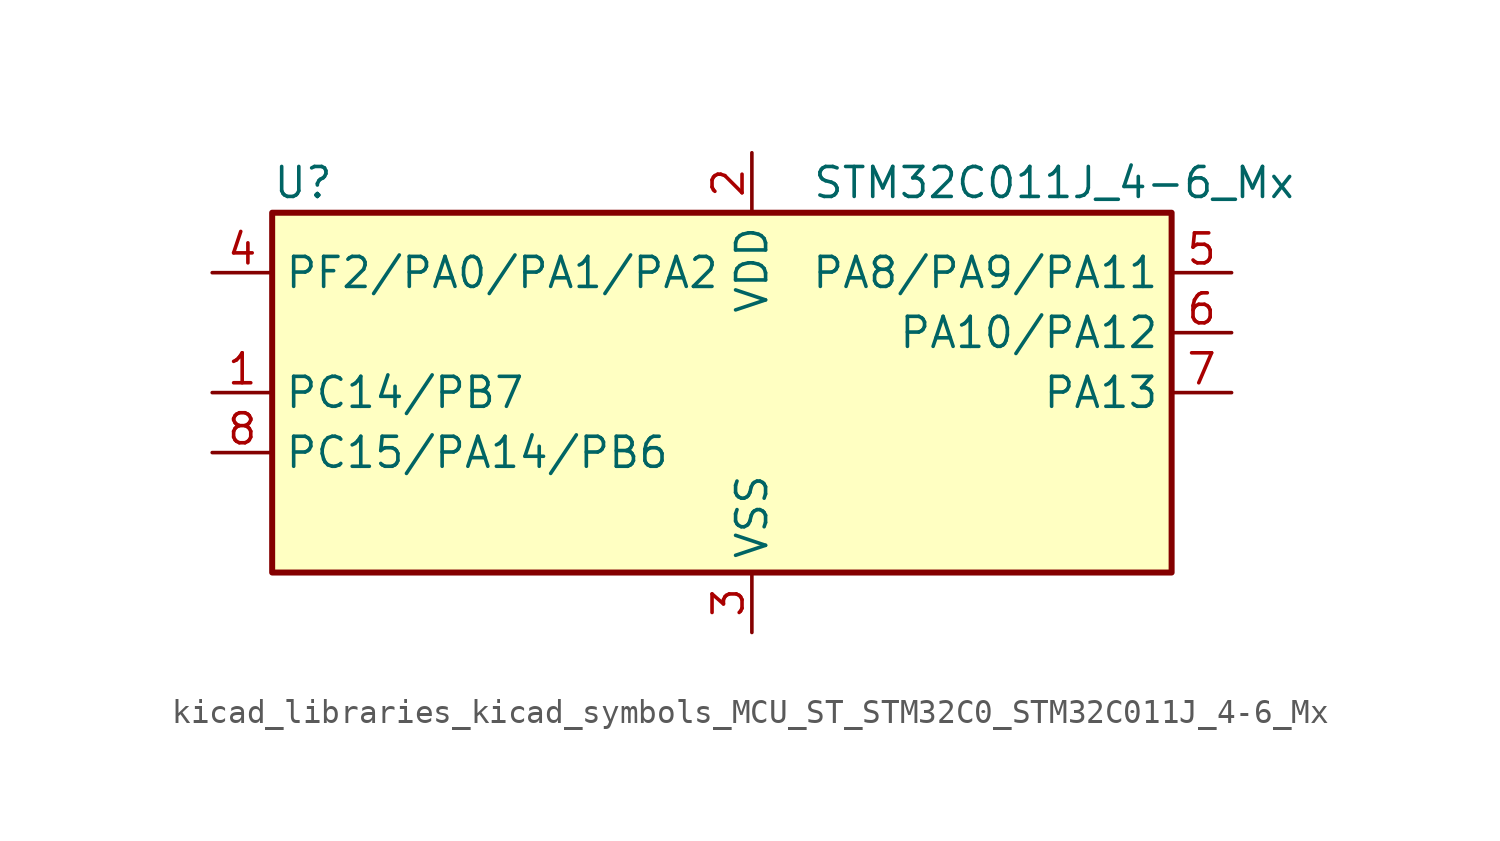
<source format=kicad_sym>
(kicad_symbol_lib
  (version 20220914)
  (generator kicad_symbol_editor)
  (symbol "kicad_libraries_kicad_symbols_MCU_ST_STM32C0_STM32C011J_4-6_Mx"
    (property "Reference" "U"
      (at -17.78 8.89 0)
      (effects (font (size 1.27 1.27)) (justify left)))
    (property "Value" "STM32C011J_4-6_Mx"
      (at 5.08 8.89 0)
      (effects (font (size 1.27 1.27)) (justify left)))
    (property "ki_locked" ""
      (at 0 0 0)
      (effects (font (size 1.27 1.27))))
    (symbol "kicad_libraries_kicad_symbols_MCU_ST_STM32C0_STM32C011J_4-6_Mx_0_1"
      (rectangle (start -17.78 -7.62) (end 20.32 7.62) (stroke (width 0.254) (type default)) (fill (type background))))
    (symbol "kicad_libraries_kicad_symbols_MCU_ST_STM32C0_STM32C011J_4-6_Mx_1_1"
      (pin bidirectional line (at -20.32 0 0) (length 2.54) (name "PC14/PB7" (effects (font (size 1.27 1.27)))) (number "1" (effects (font (size 1.27 1.27)))) (alternate "I2C1_SDA" bidirectional line) (alternate "IR_OUT" bidirectional line) (alternate "RCC_OSCX_IN" bidirectional line) (alternate "TIM17_CH1" bidirectional line) (alternate "TIM1_BKIN2" bidirectional line) (alternate "TIM1_ETR" bidirectional line) (alternate "TIM3_CH2" bidirectional line) (alternate "USART1_TX" bidirectional line) (alternate "USART2_CK" bidirectional line) (alternate "USART2_DE" bidirectional line) (alternate "USART2_RTS" bidirectional line))
      (pin power_in line (at 2.54 10.16 270) (length 2.54) (name "VDD" (effects (font (size 1.27 1.27)))) (number "2" (effects (font (size 1.27 1.27)))))
      (pin power_in line (at 2.54 -10.16 90) (length 2.54) (name "VSS" (effects (font (size 1.27 1.27)))) (number "3" (effects (font (size 1.27 1.27)))))
      (pin bidirectional line (at -20.32 5.08 0) (length 2.54) (name "PF2/PA0/PA1/PA2" (effects (font (size 1.27 1.27)))) (number "4" (effects (font (size 1.27 1.27)))) (alternate "RCC_MCO" bidirectional line) (alternate "TIM1_CH4" bidirectional line))
      (pin bidirectional line (at 22.86 5.08 180) (length 2.54) (name "PA8/PA9/PA11" (effects (font (size 1.27 1.27)))) (number "5" (effects (font (size 1.27 1.27)))) (alternate "ADC1_IN8" bidirectional line) (alternate "I2S1_WS" bidirectional line) (alternate "RCC_MCO" bidirectional line) (alternate "RCC_MCO_2" bidirectional line) (alternate "SPI1_NSS" bidirectional line) (alternate "TIM14_CH1" bidirectional line) (alternate "TIM1_CH1" bidirectional line) (alternate "TIM1_CH2N" bidirectional line) (alternate "TIM1_CH3N" bidirectional line) (alternate "TIM3_CH3" bidirectional line) (alternate "TIM3_CH4" bidirectional line) (alternate "USART1_RX" bidirectional line) (alternate "USART2_TX" bidirectional line))
      (pin bidirectional line (at 22.86 2.54 180) (length 2.54) (name "PA10/PA12" (effects (font (size 1.27 1.27)))) (number "6" (effects (font (size 1.27 1.27)))) (alternate "I2C1_SDA" bidirectional line) (alternate "RCC_MCO_2" bidirectional line) (alternate "TIM17_BKIN" bidirectional line) (alternate "TIM1_CH3" bidirectional line) (alternate "USART1_RX" bidirectional line))
      (pin bidirectional line (at 22.86 0 180) (length 2.54) (name "PA13" (effects (font (size 1.27 1.27)))) (number "7" (effects (font (size 1.27 1.27)))) (alternate "ADC1_IN13" bidirectional line) (alternate "DEBUG_SWDIO" bidirectional line) (alternate "IR_OUT" bidirectional line) (alternate "TIM3_ETR" bidirectional line) (alternate "USART2_RX" bidirectional line))
      (pin bidirectional line (at -20.32 -2.54 0) (length 2.54) (name "PC15/PA14/PB6" (effects (font (size 1.27 1.27)))) (number "8" (effects (font (size 1.27 1.27)))) (alternate "RCC_OSC32_EN" bidirectional line) (alternate "RCC_OSCX_OUT" bidirectional line) (alternate "RCC_OSC_EN" bidirectional line) (alternate "TIM1_ETR" bidirectional line) (alternate "TIM3_CH3" bidirectional line)))))
</source>
